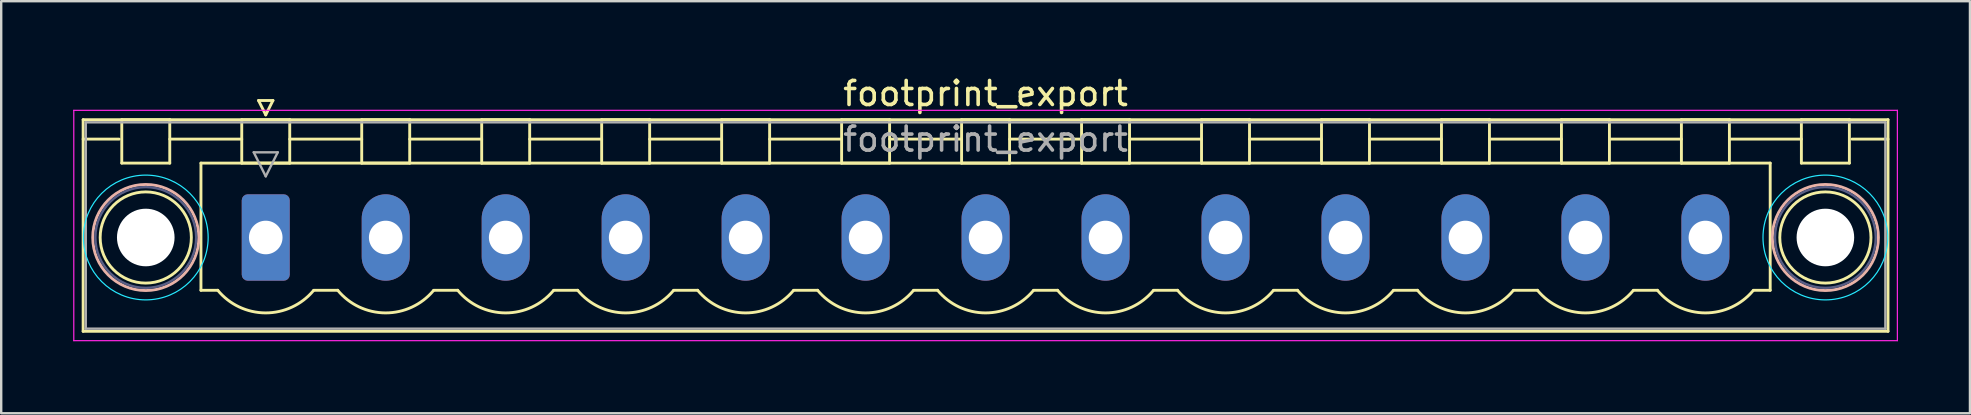
<source format=kicad_pcb>
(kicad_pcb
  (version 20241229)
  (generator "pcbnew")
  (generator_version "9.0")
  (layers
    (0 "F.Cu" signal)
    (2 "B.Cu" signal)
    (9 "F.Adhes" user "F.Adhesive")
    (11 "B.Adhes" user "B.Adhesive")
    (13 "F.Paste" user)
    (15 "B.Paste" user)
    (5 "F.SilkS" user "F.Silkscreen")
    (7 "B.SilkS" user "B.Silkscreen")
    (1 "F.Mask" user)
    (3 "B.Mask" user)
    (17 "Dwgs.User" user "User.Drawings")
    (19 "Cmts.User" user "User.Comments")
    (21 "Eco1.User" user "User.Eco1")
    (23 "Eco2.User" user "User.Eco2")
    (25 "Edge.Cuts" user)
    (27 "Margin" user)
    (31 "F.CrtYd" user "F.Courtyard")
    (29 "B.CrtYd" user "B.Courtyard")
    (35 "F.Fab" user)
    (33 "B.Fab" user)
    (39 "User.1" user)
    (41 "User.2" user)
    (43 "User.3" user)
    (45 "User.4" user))
  (footprint "footprint_export"
    (layer "F.Cu")
    (at 8.025 6.848)
    (property "Reference" "footprint_export" (at 30 -6 0) (layer "F.SilkS") (effects (font (size 1 1) (thickness 0.15))))
    (attr through_hole)
    (fp_line (start -7.61 -4.91) (end -7.61 3.91) (stroke (width 0.12) (type solid)) (layer "F.SilkS"))
    (fp_line (start -7.61 -4.1) (end -6.11 -4.1) (stroke (width 0.12) (type solid)) (layer "F.SilkS"))
    (fp_line (start -7.61 3.91) (end 67.61 3.91) (stroke (width 0.12) (type solid)) (layer "F.SilkS"))
    (fp_line (start -6 -4.91) (end -4 -4.91) (stroke (width 0.12) (type solid)) (layer "F.SilkS"))
    (fp_line (start -6 -3.1) (end -6 -4.91) (stroke (width 0.12) (type solid)) (layer "F.SilkS"))
    (fp_line (start -4 -4.91) (end -4 -3.1) (stroke (width 0.12) (type solid)) (layer "F.SilkS"))
    (fp_line (start -4 -4.1) (end -1 -4.1) (stroke (width 0.12) (type solid)) (layer "F.SilkS"))
    (fp_line (start -4 -3.1) (end -6 -3.1) (stroke (width 0.12) (type solid)) (layer "F.SilkS"))
    (fp_line (start -2.7 -3.1) (end 62.7 -3.1) (stroke (width 0.12) (type solid)) (layer "F.SilkS"))
    (fp_line (start -2.7 2.2) (end -2.7 -3.1) (stroke (width 0.12) (type solid)) (layer "F.SilkS"))
    (fp_line (start -2 2.2) (end -2.7 2.2) (stroke (width 0.12) (type solid)) (layer "F.SilkS"))
    (fp_line (start -1 -4.91) (end 1 -4.91) (stroke (width 0.12) (type solid)) (layer "F.SilkS"))
    (fp_line (start -1 -3.1) (end -1 -4.91) (stroke (width 0.12) (type solid)) (layer "F.SilkS"))
    (fp_line (start -0.3 -5.71) (end 0.3 -5.71) (stroke (width 0.12) (type solid)) (layer "F.SilkS"))
    (fp_line (start 0 -5.11) (end -0.3 -5.71) (stroke (width 0.12) (type solid)) (layer "F.SilkS"))
    (fp_line (start 0.3 -5.71) (end 0 -5.11) (stroke (width 0.12) (type solid)) (layer "F.SilkS"))
    (fp_line (start 1 -4.91) (end 1 -3.1) (stroke (width 0.12) (type solid)) (layer "F.SilkS"))
    (fp_line (start 1 -4.1) (end 4 -4.1) (stroke (width 0.12) (type solid)) (layer "F.SilkS"))
    (fp_line (start 1 -3.1) (end -1 -3.1) (stroke (width 0.12) (type solid)) (layer "F.SilkS"))
    (fp_line (start 2 2.2) (end 3 2.2) (stroke (width 0.12) (type solid)) (layer "F.SilkS"))
    (fp_line (start 4 -4.91) (end 6 -4.91) (stroke (width 0.12) (type solid)) (layer "F.SilkS"))
    (fp_line (start 4 -3.1) (end 4 -4.91) (stroke (width 0.12) (type solid)) (layer "F.SilkS"))
    (fp_line (start 6 -4.91) (end 6 -3.1) (stroke (width 0.12) (type solid)) (layer "F.SilkS"))
    (fp_line (start 6 -4.1) (end 9 -4.1) (stroke (width 0.12) (type solid)) (layer "F.SilkS"))
    (fp_line (start 6 -3.1) (end 4 -3.1) (stroke (width 0.12) (type solid)) (layer "F.SilkS"))
    (fp_line (start 7 2.2) (end 8 2.2) (stroke (width 0.12) (type solid)) (layer "F.SilkS"))
    (fp_line (start 9 -4.91) (end 11 -4.91) (stroke (width 0.12) (type solid)) (layer "F.SilkS"))
    (fp_line (start 9 -3.1) (end 9 -4.91) (stroke (width 0.12) (type solid)) (layer "F.SilkS"))
    (fp_line (start 11 -4.91) (end 11 -3.1) (stroke (width 0.12) (type solid)) (layer "F.SilkS"))
    (fp_line (start 11 -4.1) (end 14 -4.1) (stroke (width 0.12) (type solid)) (layer "F.SilkS"))
    (fp_line (start 11 -3.1) (end 9 -3.1) (stroke (width 0.12) (type solid)) (layer "F.SilkS"))
    (fp_line (start 12 2.2) (end 13 2.2) (stroke (width 0.12) (type solid)) (layer "F.SilkS"))
    (fp_line (start 14 -4.91) (end 16 -4.91) (stroke (width 0.12) (type solid)) (layer "F.SilkS"))
    (fp_line (start 14 -3.1) (end 14 -4.91) (stroke (width 0.12) (type solid)) (layer "F.SilkS"))
    (fp_line (start 16 -4.91) (end 16 -3.1) (stroke (width 0.12) (type solid)) (layer "F.SilkS"))
    (fp_line (start 16 -4.1) (end 19 -4.1) (stroke (width 0.12) (type solid)) (layer "F.SilkS"))
    (fp_line (start 16 -3.1) (end 14 -3.1) (stroke (width 0.12) (type solid)) (layer "F.SilkS"))
    (fp_line (start 17 2.2) (end 18 2.2) (stroke (width 0.12) (type solid)) (layer "F.SilkS"))
    (fp_line (start 19 -4.91) (end 21 -4.91) (stroke (width 0.12) (type solid)) (layer "F.SilkS"))
    (fp_line (start 19 -3.1) (end 19 -4.91) (stroke (width 0.12) (type solid)) (layer "F.SilkS"))
    (fp_line (start 21 -4.91) (end 21 -3.1) (stroke (width 0.12) (type solid)) (layer "F.SilkS"))
    (fp_line (start 21 -4.1) (end 24 -4.1) (stroke (width 0.12) (type solid)) (layer "F.SilkS"))
    (fp_line (start 21 -3.1) (end 19 -3.1) (stroke (width 0.12) (type solid)) (layer "F.SilkS"))
    (fp_line (start 22 2.2) (end 23 2.2) (stroke (width 0.12) (type solid)) (layer "F.SilkS"))
    (fp_line (start 24 -4.91) (end 26 -4.91) (stroke (width 0.12) (type solid)) (layer "F.SilkS"))
    (fp_line (start 24 -3.1) (end 24 -4.91) (stroke (width 0.12) (type solid)) (layer "F.SilkS"))
    (fp_line (start 26 -4.91) (end 26 -3.1) (stroke (width 0.12) (type solid)) (layer "F.SilkS"))
    (fp_line (start 26 -4.1) (end 29 -4.1) (stroke (width 0.12) (type solid)) (layer "F.SilkS"))
    (fp_line (start 26 -3.1) (end 24 -3.1) (stroke (width 0.12) (type solid)) (layer "F.SilkS"))
    (fp_line (start 27 2.2) (end 28 2.2) (stroke (width 0.12) (type solid)) (layer "F.SilkS"))
    (fp_line (start 29 -4.91) (end 31 -4.91) (stroke (width 0.12) (type solid)) (layer "F.SilkS"))
    (fp_line (start 29 -3.1) (end 29 -4.91) (stroke (width 0.12) (type solid)) (layer "F.SilkS"))
    (fp_line (start 31 -4.91) (end 31 -3.1) (stroke (width 0.12) (type solid)) (layer "F.SilkS"))
    (fp_line (start 31 -4.1) (end 34 -4.1) (stroke (width 0.12) (type solid)) (layer "F.SilkS"))
    (fp_line (start 31 -3.1) (end 29 -3.1) (stroke (width 0.12) (type solid)) (layer "F.SilkS"))
    (fp_line (start 32 2.2) (end 33 2.2) (stroke (width 0.12) (type solid)) (layer "F.SilkS"))
    (fp_line (start 34 -4.91) (end 36 -4.91) (stroke (width 0.12) (type solid)) (layer "F.SilkS"))
    (fp_line (start 34 -3.1) (end 34 -4.91) (stroke (width 0.12) (type solid)) (layer "F.SilkS"))
    (fp_line (start 36 -4.91) (end 36 -3.1) (stroke (width 0.12) (type solid)) (layer "F.SilkS"))
    (fp_line (start 36 -4.1) (end 39 -4.1) (stroke (width 0.12) (type solid)) (layer "F.SilkS"))
    (fp_line (start 36 -3.1) (end 34 -3.1) (stroke (width 0.12) (type solid)) (layer "F.SilkS"))
    (fp_line (start 37 2.2) (end 38 2.2) (stroke (width 0.12) (type solid)) (layer "F.SilkS"))
    (fp_line (start 39 -4.91) (end 41 -4.91) (stroke (width 0.12) (type solid)) (layer "F.SilkS"))
    (fp_line (start 39 -3.1) (end 39 -4.91) (stroke (width 0.12) (type solid)) (layer "F.SilkS"))
    (fp_line (start 41 -4.91) (end 41 -3.1) (stroke (width 0.12) (type solid)) (layer "F.SilkS"))
    (fp_line (start 41 -4.1) (end 44 -4.1) (stroke (width 0.12) (type solid)) (layer "F.SilkS"))
    (fp_line (start 41 -3.1) (end 39 -3.1) (stroke (width 0.12) (type solid)) (layer "F.SilkS"))
    (fp_line (start 42 2.2) (end 43 2.2) (stroke (width 0.12) (type solid)) (layer "F.SilkS"))
    (fp_line (start 44 -4.91) (end 46 -4.91) (stroke (width 0.12) (type solid)) (layer "F.SilkS"))
    (fp_line (start 44 -3.1) (end 44 -4.91) (stroke (width 0.12) (type solid)) (layer "F.SilkS"))
    (fp_line (start 46 -4.91) (end 46 -3.1) (stroke (width 0.12) (type solid)) (layer "F.SilkS"))
    (fp_line (start 46 -4.1) (end 49 -4.1) (stroke (width 0.12) (type solid)) (layer "F.SilkS"))
    (fp_line (start 46 -3.1) (end 44 -3.1) (stroke (width 0.12) (type solid)) (layer "F.SilkS"))
    (fp_line (start 47 2.2) (end 48 2.2) (stroke (width 0.12) (type solid)) (layer "F.SilkS"))
    (fp_line (start 49 -4.91) (end 51 -4.91) (stroke (width 0.12) (type solid)) (layer "F.SilkS"))
    (fp_line (start 49 -3.1) (end 49 -4.91) (stroke (width 0.12) (type solid)) (layer "F.SilkS"))
    (fp_line (start 51 -4.91) (end 51 -3.1) (stroke (width 0.12) (type solid)) (layer "F.SilkS"))
    (fp_line (start 51 -4.1) (end 54 -4.1) (stroke (width 0.12) (type solid)) (layer "F.SilkS"))
    (fp_line (start 51 -3.1) (end 49 -3.1) (stroke (width 0.12) (type solid)) (layer "F.SilkS"))
    (fp_line (start 52 2.2) (end 53 2.2) (stroke (width 0.12) (type solid)) (layer "F.SilkS"))
    (fp_line (start 54 -4.91) (end 56 -4.91) (stroke (width 0.12) (type solid)) (layer "F.SilkS"))
    (fp_line (start 54 -3.1) (end 54 -4.91) (stroke (width 0.12) (type solid)) (layer "F.SilkS"))
    (fp_line (start 56 -4.91) (end 56 -3.1) (stroke (width 0.12) (type solid)) (layer "F.SilkS"))
    (fp_line (start 56 -4.1) (end 59 -4.1) (stroke (width 0.12) (type solid)) (layer "F.SilkS"))
    (fp_line (start 56 -3.1) (end 54 -3.1) (stroke (width 0.12) (type solid)) (layer "F.SilkS"))
    (fp_line (start 57 2.2) (end 58 2.2) (stroke (width 0.12) (type solid)) (layer "F.SilkS"))
    (fp_line (start 59 -4.91) (end 61 -4.91) (stroke (width 0.12) (type solid)) (layer "F.SilkS"))
    (fp_line (start 59 -3.1) (end 59 -4.91) (stroke (width 0.12) (type solid)) (layer "F.SilkS"))
    (fp_line (start 61 -4.91) (end 61 -3.1) (stroke (width 0.12) (type solid)) (layer "F.SilkS"))
    (fp_line (start 61 -4.1) (end 64 -4.1) (stroke (width 0.12) (type solid)) (layer "F.SilkS"))
    (fp_line (start 61 -3.1) (end 59 -3.1) (stroke (width 0.12) (type solid)) (layer "F.SilkS"))
    (fp_line (start 62.7 -3.1) (end 62.7 2.2) (stroke (width 0.12) (type solid)) (layer "F.SilkS"))
    (fp_line (start 62.7 2.2) (end 62 2.2) (stroke (width 0.12) (type solid)) (layer "F.SilkS"))
    (fp_line (start 64 -4.91) (end 66 -4.91) (stroke (width 0.12) (type solid)) (layer "F.SilkS"))
    (fp_line (start 64 -3.1) (end 64 -4.91) (stroke (width 0.12) (type solid)) (layer "F.SilkS"))
    (fp_line (start 66 -4.91) (end 66 -3.1) (stroke (width 0.12) (type solid)) (layer "F.SilkS"))
    (fp_line (start 66 -3.1) (end 64 -3.1) (stroke (width 0.12) (type solid)) (layer "F.SilkS"))
    (fp_line (start 67.61 -4.91) (end -7.61 -4.91) (stroke (width 0.12) (type solid)) (layer "F.SilkS"))
    (fp_line (start 67.61 -4.1) (end 66.11 -4.1) (stroke (width 0.12) (type solid)) (layer "F.SilkS"))
    (fp_line (start 67.61 3.91) (end 67.61 -4.91) (stroke (width 0.12) (type solid)) (layer "F.SilkS"))
    (fp_arc (start 1.986842 2.215821) (mid -0.010289 3.142758) (end -2 2.2) (stroke (width 0.12) (type solid)) (layer "F.SilkS"))
    (fp_arc (start 6.986842 2.215821) (mid 4.989711 3.142758) (end 3 2.2) (stroke (width 0.12) (type solid)) (layer "F.SilkS"))
    (fp_arc (start 11.986842 2.215821) (mid 9.989711 3.142758) (end 8 2.2) (stroke (width 0.12) (type solid)) (layer "F.SilkS"))
    (fp_arc (start 16.986842 2.215821) (mid 14.989711 3.142758) (end 13 2.2) (stroke (width 0.12) (type solid)) (layer "F.SilkS"))
    (fp_arc (start 21.986842 2.215821) (mid 19.989711 3.142758) (end 18 2.2) (stroke (width 0.12) (type solid)) (layer "F.SilkS"))
    (fp_arc (start 26.986842 2.215821) (mid 24.989711 3.142758) (end 23 2.2) (stroke (width 0.12) (type solid)) (layer "F.SilkS"))
    (fp_arc (start 31.986842 2.215821) (mid 29.989711 3.142758) (end 28 2.2) (stroke (width 0.12) (type solid)) (layer "F.SilkS"))
    (fp_arc (start 36.986842 2.215821) (mid 34.989711 3.142758) (end 33 2.2) (stroke (width 0.12) (type solid)) (layer "F.SilkS"))
    (fp_arc (start 41.986842 2.215821) (mid 39.989711 3.142758) (end 38 2.2) (stroke (width 0.12) (type solid)) (layer "F.SilkS"))
    (fp_arc (start 46.986842 2.215821) (mid 44.989711 3.142758) (end 43 2.2) (stroke (width 0.12) (type solid)) (layer "F.SilkS"))
    (fp_arc (start 51.986842 2.215821) (mid 49.989711 3.142758) (end 48 2.2) (stroke (width 0.12) (type solid)) (layer "F.SilkS"))
    (fp_arc (start 56.986842 2.215821) (mid 54.989711 3.142758) (end 53 2.2) (stroke (width 0.12) (type solid)) (layer "F.SilkS"))
    (fp_arc (start 61.986842 2.215821) (mid 59.989711 3.142758) (end 58 2.2) (stroke (width 0.12) (type solid)) (layer "F.SilkS"))
    (fp_circle (center -5 0) (end -3.1 0) (stroke (width 0.12) (type solid)) (fill no) (layer "F.SilkS"))
    (fp_circle (center 65 0) (end 66.9 0) (stroke (width 0.12) (type solid)) (fill no) (layer "F.SilkS"))
    (fp_circle (center -5 0) (end -2.79 0) (stroke (width 0.12) (type solid)) (fill no) (layer "B.SilkS"))
    (fp_circle (center 65 0) (end 67.21 0) (stroke (width 0.12) (type solid)) (fill no) (layer "B.SilkS"))
    (fp_circle (center -5 0) (end -2.4 0) (stroke (width 0.05) (type solid)) (fill no) (layer "B.CrtYd"))
    (fp_circle (center 65 0) (end 67.6 0) (stroke (width 0.05) (type solid)) (fill no) (layer "B.CrtYd"))
    (fp_line (start -8 -5.3) (end -8 4.3) (stroke (width 0.05) (type solid)) (layer "F.CrtYd"))
    (fp_line (start -8 4.3) (end 68 4.3) (stroke (width 0.05) (type solid)) (layer "F.CrtYd"))
    (fp_line (start 68 -5.3) (end -8 -5.3) (stroke (width 0.05) (type solid)) (layer "F.CrtYd"))
    (fp_line (start 68 4.3) (end 68 -5.3) (stroke (width 0.05) (type solid)) (layer "F.CrtYd"))
    (fp_circle (center -5 0) (end -2.9 0) (stroke (width 0.1) (type solid)) (fill no) (layer "B.Fab"))
    (fp_circle (center 65 0) (end 67.1 0) (stroke (width 0.1) (type solid)) (fill no) (layer "B.Fab"))
    (fp_line (start -7.5 -4.8) (end -7.5 3.8) (stroke (width 0.1) (type solid)) (layer "F.Fab"))
    (fp_line (start -7.5 3.8) (end 67.5 3.8) (stroke (width 0.1) (type solid)) (layer "F.Fab"))
    (fp_line (start -0.5 -3.55) (end 0.5 -3.55) (stroke (width 0.1) (type solid)) (layer "F.Fab"))
    (fp_line (start 0 -2.55) (end -0.5 -3.55) (stroke (width 0.1) (type solid)) (layer "F.Fab"))
    (fp_line (start 0.5 -3.55) (end 0 -2.55) (stroke (width 0.1) (type solid)) (layer "F.Fab"))
    (fp_line (start 67.5 -4.8) (end -7.5 -4.8) (stroke (width 0.1) (type solid)) (layer "F.Fab"))
    (fp_line (start 67.5 3.8) (end 67.5 -4.8) (stroke (width 0.1) (type solid)) (layer "F.Fab"))
    (fp_text user "${REFERENCE}" (at 30 -4.1 0) (layer "F.Fab") (effects (font (size 1 1) (thickness 0.15))))
    (pad "" np_thru_hole circle (at -5 0) (size 2.4 2.4) (drill 2.4) (layers "*.Cu" "*.Mask"))
    (pad "" np_thru_hole circle (at 65 0) (size 2.4 2.4) (drill 2.4) (layers "*.Cu" "*.Mask"))
    (pad "1" thru_hole roundrect (at 0 0) (size 2 3.6) (drill 1.4) (layers "*.Cu" "*.Mask") (roundrect_rratio 0.125))
    (pad "2" thru_hole oval (at 5 0) (size 2 3.6) (drill 1.4) (layers "*.Cu" "*.Mask"))
    (pad "3" thru_hole oval (at 10 0) (size 2 3.6) (drill 1.4) (layers "*.Cu" "*.Mask"))
    (pad "4" thru_hole oval (at 15 0) (size 2 3.6) (drill 1.4) (layers "*.Cu" "*.Mask"))
    (pad "5" thru_hole oval (at 20 0) (size 2 3.6) (drill 1.4) (layers "*.Cu" "*.Mask"))
    (pad "6" thru_hole oval (at 25 0) (size 2 3.6) (drill 1.4) (layers "*.Cu" "*.Mask"))
    (pad "7" thru_hole oval (at 30 0) (size 2 3.6) (drill 1.4) (layers "*.Cu" "*.Mask"))
    (pad "8" thru_hole oval (at 35 0) (size 2 3.6) (drill 1.4) (layers "*.Cu" "*.Mask"))
    (pad "9" thru_hole oval (at 40 0) (size 2 3.6) (drill 1.4) (layers "*.Cu" "*.Mask"))
    (pad "10" thru_hole oval (at 45 0) (size 2 3.6) (drill 1.4) (layers "*.Cu" "*.Mask"))
    (pad "11" thru_hole oval (at 50 0) (size 2 3.6) (drill 1.4) (layers "*.Cu" "*.Mask"))
    (pad "12" thru_hole oval (at 55 0) (size 2 3.6) (drill 1.4) (layers "*.Cu" "*.Mask"))
    (pad "13" thru_hole oval (at 60 0) (size 2 3.6) (drill 1.4) (layers "*.Cu" "*.Mask")))
  (gr_rect
    (start -3 -3)
    (end 79.05 14.173)
    (stroke (width 0.1) (type default))
    (fill no)
    (layer "Edge.Cuts")))
</source>
